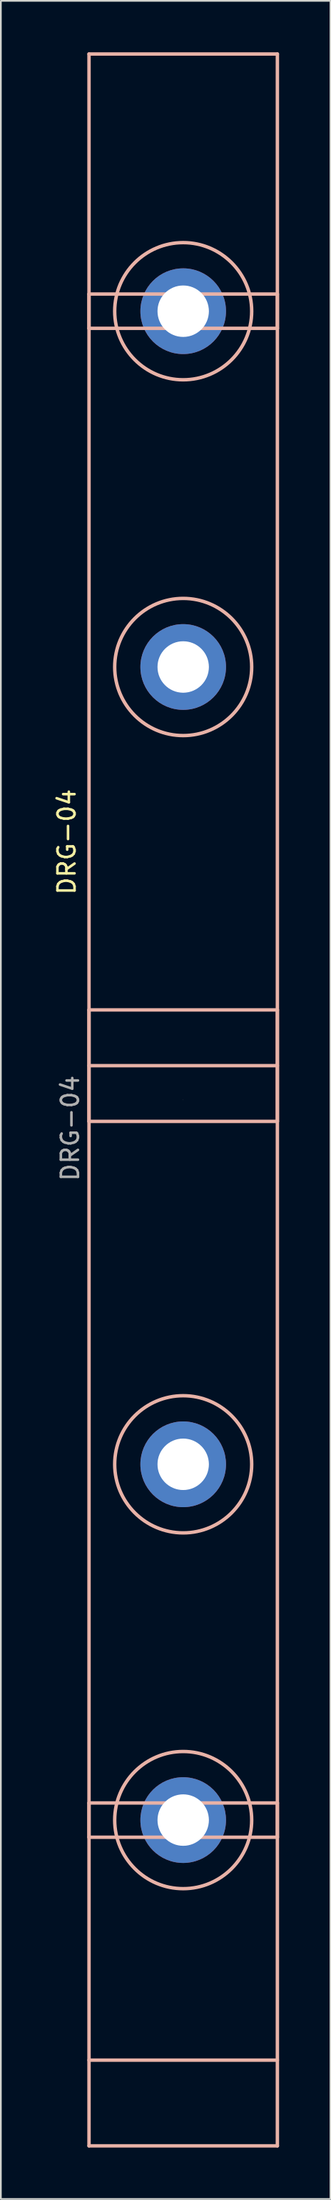
<source format=kicad_pcb>
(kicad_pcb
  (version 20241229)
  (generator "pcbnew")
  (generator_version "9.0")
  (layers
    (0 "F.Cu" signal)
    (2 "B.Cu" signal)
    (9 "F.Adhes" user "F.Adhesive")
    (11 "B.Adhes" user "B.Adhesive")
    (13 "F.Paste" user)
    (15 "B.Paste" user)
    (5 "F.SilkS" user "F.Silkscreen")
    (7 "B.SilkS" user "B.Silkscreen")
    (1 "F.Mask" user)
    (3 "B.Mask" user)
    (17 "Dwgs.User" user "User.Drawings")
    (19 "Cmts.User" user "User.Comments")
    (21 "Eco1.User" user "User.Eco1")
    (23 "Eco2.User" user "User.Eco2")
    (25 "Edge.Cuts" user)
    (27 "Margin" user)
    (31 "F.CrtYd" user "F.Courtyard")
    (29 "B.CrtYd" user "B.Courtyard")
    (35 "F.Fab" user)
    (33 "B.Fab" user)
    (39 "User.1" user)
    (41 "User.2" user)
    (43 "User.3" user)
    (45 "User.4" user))
  (footprint "DRG-04"
    (layer "F.Cu")
    (at 7.648 59.15)
    (property "Reference" "DRG-04" (at -6.8 -13.1 90) (unlocked yes) (layer "F.SilkS") (effects (font (size 1 1) (thickness 0.15))))
    (attr through_hole)
    (fp_line (start -5.5 -59.05) (end 5.5 -59.05) (stroke (width 0.2) (type solid)) (layer "B.SilkS"))
    (fp_line (start -5.5 -45.05) (end -5.5 -43.05) (stroke (width 0.2) (type solid)) (layer "B.SilkS"))
    (fp_line (start -5.5 -45.05) (end 5.5 -45.05) (stroke (width 0.2) (type solid)) (layer "B.SilkS"))
    (fp_line (start -5.5 -43.05) (end 5.5 -43.05) (stroke (width 0.2) (type solid)) (layer "B.SilkS"))
    (fp_line (start -5.5 -3.3) (end 5.5 -3.3) (stroke (width 0.2) (type solid)) (layer "B.SilkS"))
    (fp_line (start -5.5 -0.05) (end 5.5 -0.05) (stroke (width 0.2) (type solid)) (layer "B.SilkS"))
    (fp_line (start -5.5 3.2) (end -5.5 -3.3) (stroke (width 0.2) (type solid)) (layer "B.SilkS"))
    (fp_line (start -5.5 3.2) (end 5.5 3.2) (stroke (width 0.2) (type solid)) (layer "B.SilkS"))
    (fp_line (start -5.5 42.95) (end 5.5 42.95) (stroke (width 0.2) (type solid)) (layer "B.SilkS"))
    (fp_line (start -5.5 44.95) (end -5.5 42.95) (stroke (width 0.2) (type solid)) (layer "B.SilkS"))
    (fp_line (start -5.5 44.95) (end 5.5 44.95) (stroke (width 0.2) (type solid)) (layer "B.SilkS"))
    (fp_line (start -5.5 57.95) (end 5.5 57.95) (stroke (width 0.2) (type solid)) (layer "B.SilkS"))
    (fp_line (start -5.5 62.95) (end -5.5 -59.05) (stroke (width 0.2) (type solid)) (layer "B.SilkS"))
    (fp_line (start -5.5 62.95) (end 5.5 62.95) (stroke (width 0.2) (type solid)) (layer "B.SilkS"))
    (fp_line (start 5.5 -45.05) (end 5.5 -43.05) (stroke (width 0.2) (type solid)) (layer "B.SilkS"))
    (fp_line (start 5.5 3.2) (end 5.5 -3.3) (stroke (width 0.2) (type solid)) (layer "B.SilkS"))
    (fp_line (start 5.5 44.95) (end 5.5 42.95) (stroke (width 0.2) (type solid)) (layer "B.SilkS"))
    (fp_line (start 5.5 62.95) (end 5.5 -59.05) (stroke (width 0.2) (type solid)) (layer "B.SilkS"))
    (fp_circle (center 0 -44.05) (end 0.01 -44.05) (stroke (width 0.0001) (type solid)) (fill yes) (layer "B.SilkS"))
    (fp_circle (center 0 -44.05) (end 1.375 -44.05) (stroke (width 0.2) (type solid)) (fill no) (layer "B.SilkS"))
    (fp_circle (center 0 -44.05) (end 4 -44.05) (stroke (width 0.2) (type solid)) (fill no) (layer "B.SilkS"))
    (fp_circle (center 0 -23.3) (end 1.375 -23.3) (stroke (width 0.2) (type solid)) (fill no) (layer "B.SilkS"))
    (fp_circle (center 0 -23.3) (end 4 -23.3) (stroke (width 0.2) (type solid)) (fill no) (layer "B.SilkS"))
    (fp_circle (center 0 -0.05) (end 0.01 -0.05) (stroke (width 0.0001) (type solid)) (fill yes) (layer "B.SilkS"))
    (fp_circle (center 0 1.95) (end 0.01 1.95) (stroke (width 0.0001) (type solid)) (fill yes) (layer "B.SilkS"))
    (fp_circle (center 0 23.2) (end 1.375 23.2) (stroke (width 0.2) (type solid)) (fill no) (layer "B.SilkS"))
    (fp_circle (center 0 23.2) (end 4 23.2) (stroke (width 0.2) (type solid)) (fill no) (layer "B.SilkS"))
    (fp_circle (center 0 43.95) (end 0.01 43.95) (stroke (width 0.0001) (type solid)) (fill yes) (layer "B.SilkS"))
    (fp_circle (center 0 43.95) (end 1.375 43.95) (stroke (width 0.2) (type solid)) (fill no) (layer "B.SilkS"))
    (fp_circle (center 0 43.95) (end 4 43.95) (stroke (width 0.2) (type solid)) (fill no) (layer "B.SilkS"))
    (fp_text user "${REFERENCE}" (at -6.6 3.6 90) (unlocked yes) (layer "F.Fab") (effects (font (size 1 1) (thickness 0.15))))
    (pad "" thru_hole circle (at 0 -44.05) (size 5 5) (drill 3) (layers "*.Cu" "*.Mask"))
    (pad "" thru_hole circle (at 0 -23.3) (size 5 5) (drill 3) (layers "*.Cu" "*.Mask"))
    (pad "" thru_hole circle (at 0 23.2) (size 5 5) (drill 3) (layers "*.Cu" "*.Mask"))
    (pad "" thru_hole circle (at 0 43.95) (size 5 5) (drill 3) (layers "*.Cu" "*.Mask")))
  (gr_rect
    (start -3 -3)
    (end 16.248 125.2)
    (stroke (width 0.1) (type default))
    (fill no)
    (layer "Edge.Cuts")))
</source>
